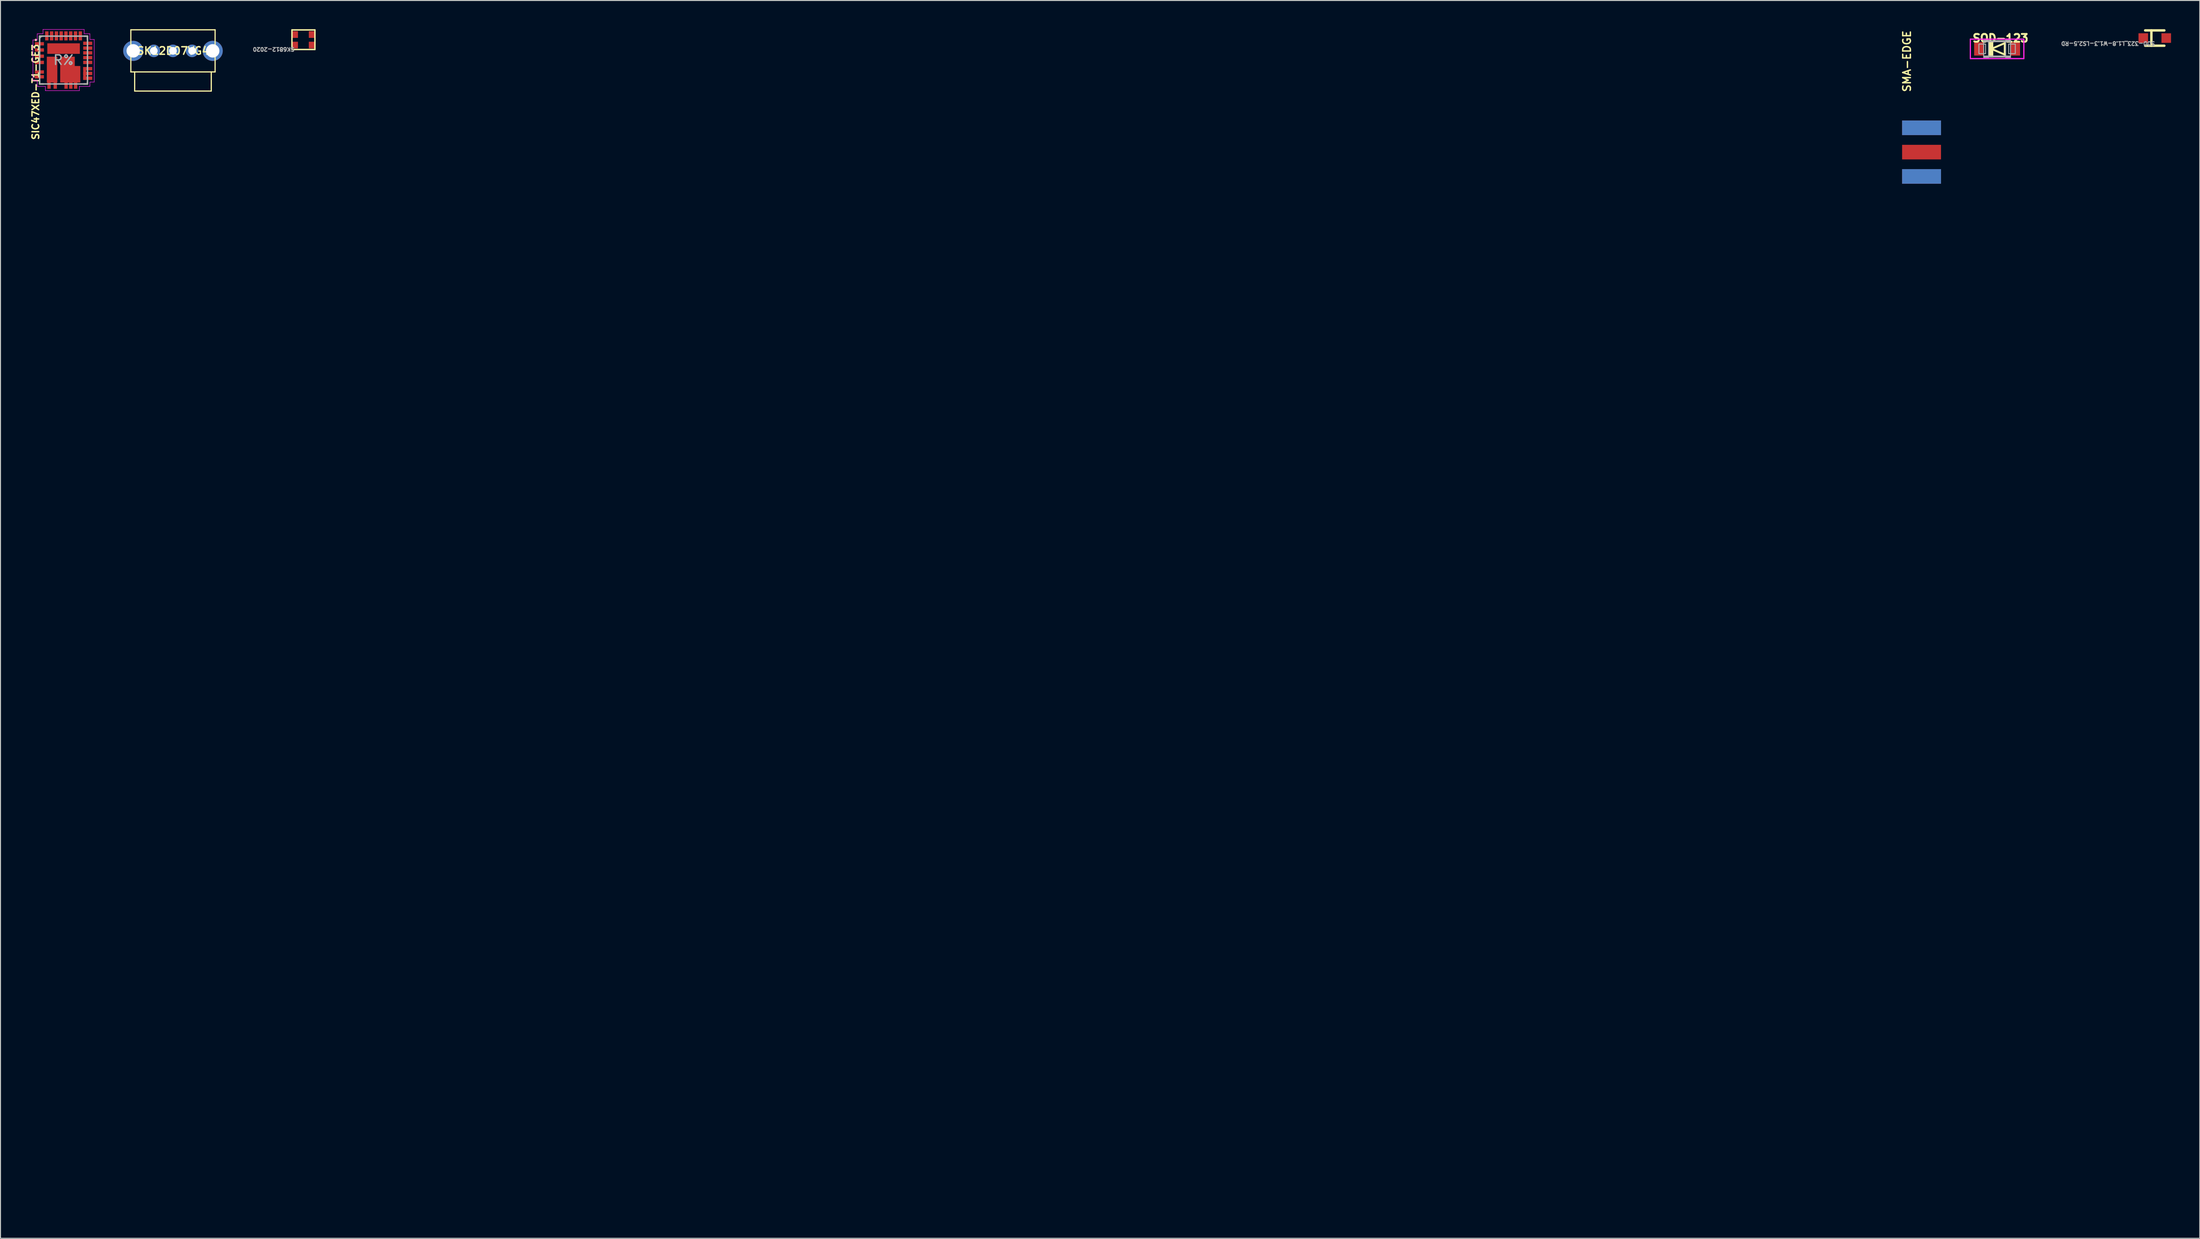
<source format=kicad_pcb>
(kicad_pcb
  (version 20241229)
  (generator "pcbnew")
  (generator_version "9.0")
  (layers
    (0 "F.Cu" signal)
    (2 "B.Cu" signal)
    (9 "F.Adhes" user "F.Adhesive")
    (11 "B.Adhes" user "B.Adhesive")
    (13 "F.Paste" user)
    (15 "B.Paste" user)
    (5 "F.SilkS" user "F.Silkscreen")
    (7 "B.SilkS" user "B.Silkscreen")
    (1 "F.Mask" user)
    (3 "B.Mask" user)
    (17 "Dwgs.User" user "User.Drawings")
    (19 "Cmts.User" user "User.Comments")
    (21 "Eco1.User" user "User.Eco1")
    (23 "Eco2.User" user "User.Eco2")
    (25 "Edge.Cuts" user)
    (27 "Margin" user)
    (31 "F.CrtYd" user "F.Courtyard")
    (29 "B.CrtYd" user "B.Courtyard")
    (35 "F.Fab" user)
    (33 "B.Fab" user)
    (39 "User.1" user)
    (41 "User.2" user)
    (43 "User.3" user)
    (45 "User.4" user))
  (footprint "SK12D07VG4"
    (layer "F.Cu")
    (at 15.015 2.264)
    (property "Reference" "SK12D07VG4" (at 0 0 0) (layer "F.SilkS") (effects (font (size 0.787 0.787) (thickness 0.15))))
    (attr through_hole)
    (fp_line (start -4.4 -2.2) (end 4.4 -2.2) (stroke (width 0.127) (type solid)) (layer "F.SilkS"))
    (fp_line (start -4.4 2.2) (end -4.4 -2.2) (stroke (width 0.127) (type solid)) (layer "F.SilkS"))
    (fp_line (start -4 2.2) (end -4.4 2.2) (stroke (width 0.127) (type solid)) (layer "F.SilkS"))
    (fp_line (start -4 2.2) (end -4 4.2) (stroke (width 0.127) (type solid)) (layer "F.SilkS"))
    (fp_line (start -4 4.2) (end 4 4.2) (stroke (width 0.127) (type solid)) (layer "F.SilkS"))
    (fp_line (start 4 2.2) (end -4 2.2) (stroke (width 0.127) (type solid)) (layer "F.SilkS"))
    (fp_line (start 4 4.2) (end 4 2.2) (stroke (width 0.127) (type solid)) (layer "F.SilkS"))
    (fp_line (start 4.4 -2.2) (end 4.4 2.2) (stroke (width 0.127) (type solid)) (layer "F.SilkS"))
    (fp_line (start 4.4 2.2) (end 4 2.2) (stroke (width 0.127) (type solid)) (layer "F.SilkS"))
    (pad "1" thru_hole circle (at -2 0) (size 1.308 1.308) (drill 0.8) (layers "*.Cu" "*.Mask"))
    (pad "2" thru_hole circle (at 2 0) (size 1.308 1.308) (drill 0.8) (layers "*.Cu" "*.Mask"))
    (pad "COM" thru_hole circle (at 0 0) (size 1.308 1.308) (drill 0.8) (layers "*.Cu" "*.Mask"))
    (pad "M1" thru_hole circle (at -4.15 0) (size 2.1 2.1) (drill 1.4) (layers "*.Cu" "*.Mask"))
    (pad "M2" thru_hole circle (at 4.15 0) (size 2.1 2.1) (drill 1.4) (layers "*.Cu" "*.Mask")))
  (footprint "SOD-123"
    (layer "F.Cu")
    (at 205.528 2.057)
    (property "Reference" "SOD-123" (at -2.667 -0.635 0) (unlocked yes) (layer "F.SilkS") (effects (font (size 0.813 0.813) (thickness 0.203)) (justify left bottom)))
    (fp_line (start -0.6 0) (end 0.8 0.6) (stroke (width 0.2) (type solid)) (layer "F.SilkS"))
    (fp_line (start 0.8 -0.6) (end -0.6 0) (stroke (width 0.2) (type solid)) (layer "F.SilkS"))
    (fp_line (start 0.8 0.6) (end 0.8 -0.6) (stroke (width 0.2) (type solid)) (layer "F.SilkS"))
    (fp_poly (pts (xy -0.9 0.9) (xy -0.4 0.9) (xy -0.4 -0.9) (xy -0.9 -0.9)) (stroke (width 0) (type default)) (fill yes) (layer "F.SilkS"))
    (fp_line (start -2.794 -1.016) (end -2.794 1.016) (stroke (width 0.127) (type solid)) (layer "F.CrtYd"))
    (fp_line (start -2.794 1.016) (end 2.794 1.016) (stroke (width 0.127) (type solid)) (layer "F.CrtYd"))
    (fp_line (start 2.794 -1.016) (end -2.794 -1.016) (stroke (width 0.127) (type solid)) (layer "F.CrtYd"))
    (fp_line (start 2.794 1.016) (end 2.794 -1.016) (stroke (width 0.127) (type solid)) (layer "F.CrtYd"))
    (fp_line (start 1.3 -0.8) (end -1.3 -0.8) (stroke (width 0.2) (type solid)) (layer "F.Fab"))
    (fp_line (start 1.3 0.8) (end -1.3 0.8) (stroke (width 0.2) (type solid)) (layer "F.Fab"))
    (fp_poly (pts (xy -1.9 0.5) (xy -1.2 0.5) (xy -1.2 -0.5) (xy -1.9 -0.5)) (stroke (width 0.1) (type default)) (fill no) (layer "F.Fab"))
    (fp_poly (pts (xy -1.4 0.9) (xy -0.895 0.9) (xy -0.895 -0.9) (xy -1.4 -0.9)) (stroke (width 0.1) (type default)) (fill no) (layer "F.Fab"))
    (fp_poly (pts (xy 0.895 0.9) (xy 1.4 0.9) (xy 1.4 -0.9) (xy 0.895 -0.9)) (stroke (width 0.1) (type default)) (fill no) (layer "F.Fab"))
    (fp_poly (pts (xy 1.2 0.5) (xy 1.9 0.5) (xy 1.9 -0.5) (xy 1.2 -0.5)) (stroke (width 0.1) (type default)) (fill no) (layer "F.Fab"))
    (pad "A" smd rect (at 1.9 0 180) (size 1 1.4) (layers "F.Cu" "F.Mask" "F.Paste"))
    (pad "C" smd rect (at -1.9 0 180) (size 1 1.4) (layers "F.Cu" "F.Mask" "F.Paste")))
  (footprint "SMA-EDGE"
    (layer "F.Cu")
    (at 195.606 12.845)
    (property "Reference" "SMA-EDGE" (at 0.5 -9.5 90) (layer "F.SilkS") (effects (font (size 0.8 0.8) (thickness 0.15))))
    (attr smd)
    (pad "1" smd rect (at 2.032 0) (size 4.064 1.524) (layers "F.Cu" "F.Mask"))
    (pad "2" smd rect (at 2.032 2.54) (size 4.064 1.524) (layers "F.Cu" "F.Mask"))
    (pad "3" smd rect (at 2.032 -2.54) (size 4.064 1.524) (layers "F.Cu" "F.Mask"))
    (pad "4" smd rect (at 2.032 2.54) (size 4.064 1.524) (layers "B.Cu" "B.Mask"))
    (pad "5" smd rect (at 2.032 -2.54) (size 4.064 1.524) (layers "B.Cu" "B.Mask")))
  (footprint "SOD-323_L1.8-W1.3-LS2.5-RD"
    (layer "F.Cu")
    (at 221.993 0.927)
    (property "Reference" "SOD-323_L1.8-W1.3-LS2.5-RD" (at 0.073 0.328 180) (unlocked yes) (layer "F.Fab") (effects (font (size 0.4 0.4) (thickness 0.1)) (justify left bottom)))
    (fp_line (start -0.351 0.8) (end -0.351 -0.8) (stroke (width 0.254) (type default)) (layer "F.SilkS"))
    (fp_line (start 1 -0.8) (end -1 -0.8) (stroke (width 0.254) (type default)) (layer "F.SilkS"))
    (fp_line (start 1 0.8) (end -1 0.8) (stroke (width 0.254) (type default)) (layer "F.SilkS"))
    (pad "1" smd rect (at -1.2 0 180) (size 1 1) (layers "F.Cu" "F.Mask" "F.Paste"))
    (pad "2" smd rect (at 1.2 0 180) (size 1 1) (layers "F.Cu" "F.Mask" "F.Paste")))
  (footprint "SK6812-2020"
    (layer "F.Cu")
    (at 28.648 1.099)
    (property "Reference" "SK6812-2020" (at -0.889 0.762 180) (unlocked yes) (layer "F.Fab") (effects (font (size 0.4 0.4) (thickness 0.1)) (justify left bottom)))
    (fp_line (start -1.207 -1.024) (end 1.193 -1.024) (stroke (width 0.15) (type default)) (layer "F.SilkS"))
    (fp_line (start -1.207 1.023) (end -1.207 -1.024) (stroke (width 0.15) (type default)) (layer "F.SilkS"))
    (fp_line (start 1.193 -1.024) (end 1.193 1.023) (stroke (width 0.15) (type default)) (layer "F.SilkS"))
    (fp_line (start 1.193 1.023) (end -1.207 1.023) (stroke (width 0.15) (type default)) (layer "F.SilkS"))
    (pad "1" smd rect (at -0.928 -0.54) (size 0.7 0.7) (layers "F.Cu" "F.Mask" "F.Paste"))
    (pad "2" smd rect (at -0.928 0.56) (size 0.7 0.7) (layers "F.Cu" "F.Mask" "F.Paste"))
    (pad "3" smd rect (at 0.902 0.56 180) (size 0.7 0.7) (layers "F.Cu" "F.Mask" "F.Paste"))
    (pad "4" smd rect (at 0.902 -0.54 180) (size 0.7 0.7) (layers "F.Cu" "F.Mask" "F.Paste"))
    (zone (net_name "") (layer "F.SilkS") (hatch edge 0.5) (priority 100) (connect_pads yes) (min_thickness 0) (filled_areas_thickness no) (fill) (polygon (pts (xy 192.102 123.345) (xy 192.102 122.837) (xy 192.356 123.091))) (filled_polygon (layer "F.SilkS") (island) (pts (xy 192.102 123.345) (xy 192.102 122.837) (xy 192.356 123.091)))))
  (footprint "SIC47XED-T1-GE3"
    (layer "F.Cu")
    (at 3.59 3.225)
    (property "Reference" "SIC47XED-T1-GE3" (at -2.917 3.333 90) (layer "F.SilkS") (effects (font (size 0.7 0.7) (thickness 0.15))))
    (attr smd)
    (fp_line (start -2.5 -2.5) (end -2.15 -2.5) (stroke (width 0.15) (type solid)) (layer "F.SilkS"))
    (fp_line (start -2.5 -2.15) (end -2.5 -2.5) (stroke (width 0.15) (type solid)) (layer "F.SilkS"))
    (fp_line (start -2.5 2.499) (end -2.5 2.148) (stroke (width 0.15) (type solid)) (layer "F.SilkS"))
    (fp_line (start -2.101 2.499) (end -2.5 2.499) (stroke (width 0.15) (type solid)) (layer "F.SilkS"))
    (fp_line (start 2.148 -2.5) (end 2.499 -2.5) (stroke (width 0.15) (type solid)) (layer "F.SilkS"))
    (fp_line (start 2.499 -2.5) (end 2.499 -2.15) (stroke (width 0.15) (type solid)) (layer "F.SilkS"))
    (fp_line (start 2.499 2.297) (end 2.499 2.499) (stroke (width 0.15) (type solid)) (layer "F.SilkS"))
    (fp_line (start 2.499 2.499) (end 2.1 2.499) (stroke (width 0.15) (type solid)) (layer "F.SilkS"))
    (fp_circle (center -2.9 -2.1) (end -2.849 -2.1) (stroke (width 0.15) (type solid)) (fill yes) (layer "F.SilkS"))
    (fp_poly (pts (xy -0.803 2.1) (xy -1.601 2.1) (xy -1.601 -0.203) (xy -0.803 -0.203)) (stroke (width 0.1) (type solid)) (fill yes) (layer "F.Paste"))
    (fp_poly (pts (xy -0.453 -0.75) (xy -1.601 -0.75) (xy -1.601 -1.651) (xy -0.453 -1.651)) (stroke (width 0.1) (type solid)) (fill yes) (layer "F.Paste"))
    (fp_poly (pts (xy 1.1 0.597) (xy -0.25 0.597) (xy -0.25 -0.25) (xy 1.1 -0.25)) (stroke (width 0.1) (type solid)) (fill yes) (layer "F.Paste"))
    (fp_poly (pts (xy 1.6 -0.75) (xy 0.45 -0.75) (xy 0.45 -1.651) (xy 1.6 -1.651)) (stroke (width 0.1) (type solid)) (fill yes) (layer "F.Paste"))
    (fp_poly (pts (xy 1.648 2.048) (xy -0.25 2.048) (xy -0.25 1.398) (xy 1.648 1.398)) (stroke (width 0.1) (type solid)) (fill yes) (layer "F.Paste"))
    (fp_line (start -3.2 -2.1) (end -3.2 2.15) (stroke (width 0.05) (type solid)) (layer "F.CrtYd"))
    (fp_line (start -3.2 2.15) (end -2.75 2.15) (stroke (width 0.05) (type solid)) (layer "F.CrtYd"))
    (fp_line (start -2.75 -2.75) (end -2.75 -2.1) (stroke (width 0.05) (type solid)) (layer "F.CrtYd"))
    (fp_line (start -2.75 -2.1) (end -3.2 -2.1) (stroke (width 0.05) (type solid)) (layer "F.CrtYd"))
    (fp_line (start -2.75 2.15) (end -2.75 2.75) (stroke (width 0.05) (type solid)) (layer "F.CrtYd"))
    (fp_line (start -2.75 2.75) (end -1.9 2.75) (stroke (width 0.05) (type solid)) (layer "F.CrtYd"))
    (fp_line (start -2.15 -3.2) (end -2.15 -2.75) (stroke (width 0.05) (type solid)) (layer "F.CrtYd"))
    (fp_line (start -2.15 -2.75) (end -2.75 -2.75) (stroke (width 0.05) (type solid)) (layer "F.CrtYd"))
    (fp_line (start -1.9 2.75) (end -1.9 3.2) (stroke (width 0.05) (type solid)) (layer "F.CrtYd"))
    (fp_line (start -1.9 3.2) (end 1.65 3.2) (stroke (width 0.05) (type solid)) (layer "F.CrtYd"))
    (fp_line (start 1.65 2.75) (end 2.75 2.75) (stroke (width 0.05) (type solid)) (layer "F.CrtYd"))
    (fp_line (start 1.65 3.2) (end 1.65 2.75) (stroke (width 0.05) (type solid)) (layer "F.CrtYd"))
    (fp_line (start 2.15 -3.2) (end -2.15 -3.2) (stroke (width 0.05) (type solid)) (layer "F.CrtYd"))
    (fp_line (start 2.15 -2.75) (end 2.15 -3.2) (stroke (width 0.05) (type solid)) (layer "F.CrtYd"))
    (fp_line (start 2.75 -2.75) (end 2.15 -2.75) (stroke (width 0.05) (type solid)) (layer "F.CrtYd"))
    (fp_line (start 2.75 -2.15) (end 2.75 -2.75) (stroke (width 0.05) (type solid)) (layer "F.CrtYd"))
    (fp_line (start 2.75 2.3) (end 3.2 2.3) (stroke (width 0.05) (type solid)) (layer "F.CrtYd"))
    (fp_line (start 2.75 2.75) (end 2.75 2.3) (stroke (width 0.05) (type solid)) (layer "F.CrtYd"))
    (fp_line (start 3.2 -2.15) (end 2.75 -2.15) (stroke (width 0.05) (type solid)) (layer "F.CrtYd"))
    (fp_line (start 3.2 2.3) (end 3.2 -2.15) (stroke (width 0.05) (type solid)) (layer "F.CrtYd"))
    (fp_line (start -2.5 -2.302) (end -2.302 -2.5) (stroke (width 0.15) (type solid)) (layer "F.Fab"))
    (fp_rect (start 2.499 2.499) (end -2.5 -2.5) (stroke (width 0.15) (type solid)) (fill no) (layer "F.Fab"))
    (fp_rect (start 2.499 2.499) (end -2.5 -2.5) (stroke (width 0.1) (type solid)) (fill no) (layer "User.5"))
    (fp_text user "R%" (at 0 0 0) (layer "F.Fab") (effects (font (size 1 1) (thickness 0.15))))
    (pad "1" smd rect (at -2.525 -1.7) (size 0.95 0.35) (layers "F.Cu" "F.Mask" "F.Paste"))
    (pad "2" smd rect (at -2.525 -1.051) (size 0.95 0.35) (layers "F.Cu" "F.Mask" "F.Paste"))
    (pad "3" smd rect (at -2.525 -0.403) (size 0.95 0.35) (layers "F.Cu" "F.Mask" "F.Paste"))
    (pad "4" smd rect (at -2.525 0.247) (size 0.95 0.35) (layers "F.Cu" "F.Mask" "F.Paste"))
    (pad "5" smd rect (at -2.525 1.249) (size 0.95 0.35) (layers "F.Cu" "F.Mask" "F.Paste"))
    (pad "6" smd rect (at -2.525 1.749) (size 0.95 0.35) (layers "F.Cu" "F.Mask" "F.Paste"))
    (pad "7" smd rect (at -1.52 2.523) (size 0.35 0.95) (layers "F.Cu" "F.Mask" "F.Paste"))
    (pad "7" smd rect (at -1.2 0.997) (size 1.1 2.7) (layers "F.Cu" "F.Mask"))
    (pad "8" smd rect (at -0.87 2.523) (size 0.35 0.95) (layers "F.Cu" "F.Mask" "F.Paste"))
    (pad "9" smd rect (at 0.26 2.523) (size 0.35 0.95) (layers "F.Cu" "F.Mask" "F.Paste"))
    (pad "9" smd rect (at 0.409 0.997) (size 1.52 2.7) (layers "F.Cu" "F.Mask"))
    (pad "9" smd rect (at 0.699 1.485) (size 2.1 1.73) (layers "F.Cu" "F.Mask"))
    (pad "10" smd rect (at 0.757 2.523) (size 0.35 0.95) (layers "F.Cu" "F.Mask" "F.Paste"))
    (pad "11" smd rect (at 1.259 2.523) (size 0.35 0.95) (layers "F.Cu" "F.Mask" "F.Paste"))
    (pad "12" smd rect (at 2.523 1.898) (size 0.95 0.35) (layers "F.Cu" "F.Mask" "F.Paste"))
    (pad "13" smd rect (at 2.523 1.398) (size 0.95 0.35) (layers "F.Cu" "F.Mask" "F.Paste"))
    (pad "14" smd rect (at 2.2 1.398) (size 0.3 1.35) (layers "F.Cu" "F.Mask" "F.Paste"))
    (pad "14" smd rect (at 2.523 0.9) (size 0.95 0.35) (layers "F.Cu" "F.Mask" "F.Paste"))
    (pad "15" smd rect (at 2.523 0.247) (size 0.95 0.35) (layers "F.Cu" "F.Mask" "F.Paste"))
    (pad "16" smd rect (at 2.523 -0.25) (size 0.95 0.35) (layers "F.Cu" "F.Mask" "F.Paste"))
    (pad "17" smd rect (at 2.523 -0.75) (size 0.95 0.35) (layers "F.Cu" "F.Mask" "F.Paste"))
    (pad "18" smd rect (at 2.523 -1.25) (size 0.95 0.35) (layers "F.Cu" "F.Mask" "F.Paste"))
    (pad "19" smd rect (at 2.523 -1.75) (size 0.95 0.35) (layers "F.Cu" "F.Mask" "F.Paste"))
    (pad "20" smd rect (at 1.749 -2.525) (size 0.35 0.95) (layers "F.Cu" "F.Mask" "F.Paste"))
    (pad "21" smd rect (at 1.249 -2.525) (size 0.35 0.95) (layers "F.Cu" "F.Mask" "F.Paste"))
    (pad "22" smd rect (at 0.747 -2.525) (size 0.35 0.95) (layers "F.Cu" "F.Mask" "F.Paste"))
    (pad "23" smd rect (at 0.247 -2.525) (size 0.35 0.95) (layers "F.Cu" "F.Mask" "F.Paste"))
    (pad "24" smd rect (at -0.25 -2.525) (size 0.35 0.95) (layers "F.Cu" "F.Mask" "F.Paste"))
    (pad "25" smd rect (at -0.75 -2.525) (size 0.35 0.95) (layers "F.Cu" "F.Mask" "F.Paste"))
    (pad "26" smd rect (at -1.25 -2.525) (size 0.35 0.95) (layers "F.Cu" "F.Mask" "F.Paste"))
    (pad "27" smd rect (at -1.75 -2.525) (size 0.35 0.95) (layers "F.Cu" "F.Mask" "F.Paste"))
    (pad "28" smd rect (at 0 -1.2) (size 3.4 1.1) (layers "F.Cu" "F.Mask")))
  (gr_rect
    (start -3 -3)
    (end 226.693 126.345)
    (stroke (width 0.1) (type default))
    (fill no)
    (layer "Edge.Cuts")))
</source>
